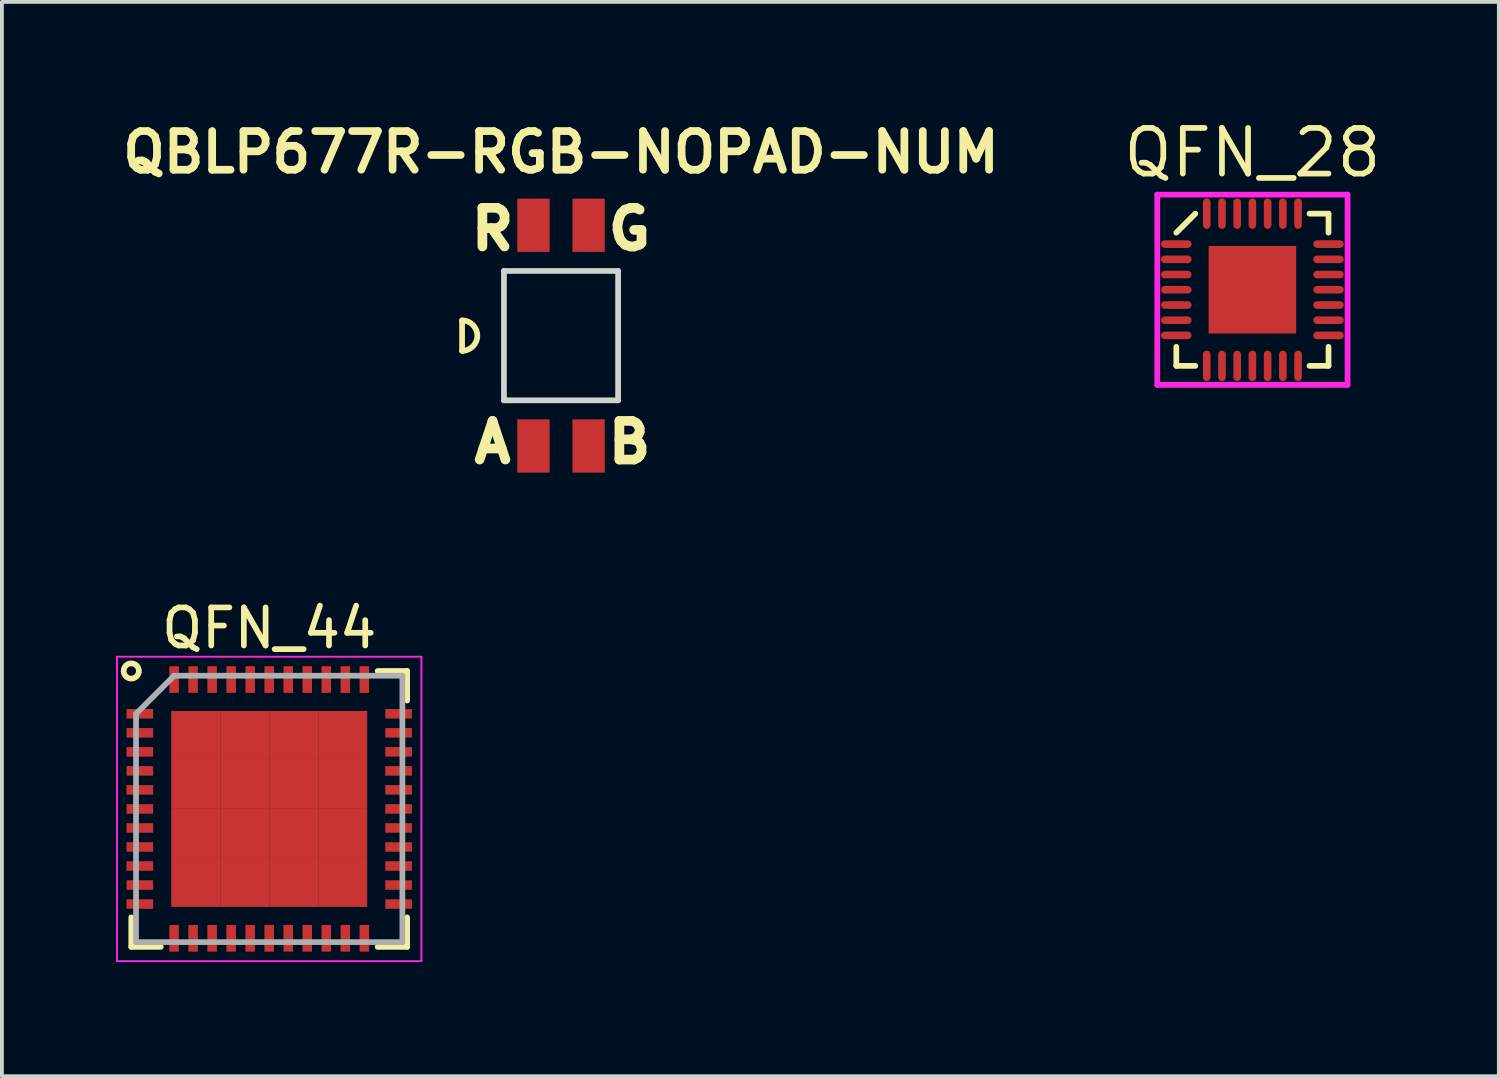
<source format=kicad_pcb>
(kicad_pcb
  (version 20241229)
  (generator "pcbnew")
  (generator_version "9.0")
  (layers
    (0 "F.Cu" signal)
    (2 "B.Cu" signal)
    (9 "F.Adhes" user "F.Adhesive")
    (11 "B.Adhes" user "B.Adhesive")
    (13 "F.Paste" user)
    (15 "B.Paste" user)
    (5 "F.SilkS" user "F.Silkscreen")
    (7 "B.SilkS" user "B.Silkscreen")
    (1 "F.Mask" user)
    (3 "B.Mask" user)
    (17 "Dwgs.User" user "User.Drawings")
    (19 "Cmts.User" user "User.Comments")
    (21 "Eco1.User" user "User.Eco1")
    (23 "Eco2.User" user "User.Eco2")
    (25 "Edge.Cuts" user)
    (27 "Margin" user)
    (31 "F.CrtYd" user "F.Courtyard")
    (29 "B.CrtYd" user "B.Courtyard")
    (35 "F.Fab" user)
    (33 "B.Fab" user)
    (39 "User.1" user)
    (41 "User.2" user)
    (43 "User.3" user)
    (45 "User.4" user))
  (footprint "QFN_28"
    (layer "F.Cu")
    (at 29.864 4.565)
    (property "Reference" "QFN_28" (at 0 -3.6 0) (layer "F.SilkS") (effects (font (size 1.2 1.2) (thickness 0.15))))
    (attr through_hole)
    (fp_line (start -2 -1.5) (end -1.5 -2) (stroke (width 0.15) (type solid)) (layer "F.SilkS"))
    (fp_line (start -2 2) (end -2 1.5) (stroke (width 0.15) (type solid)) (layer "F.SilkS"))
    (fp_line (start -1.5 2) (end -2 2) (stroke (width 0.15) (type solid)) (layer "F.SilkS"))
    (fp_line (start 1.5 -2) (end 2 -2) (stroke (width 0.15) (type solid)) (layer "F.SilkS"))
    (fp_line (start 2 -2) (end 2 -1.5) (stroke (width 0.15) (type solid)) (layer "F.SilkS"))
    (fp_line (start 2 1.5) (end 2 2) (stroke (width 0.15) (type solid)) (layer "F.SilkS"))
    (fp_line (start 2 2) (end 1.5 2) (stroke (width 0.15) (type solid)) (layer "F.SilkS"))
    (fp_line (start -2.5 -2.5) (end 2.5 -2.5) (stroke (width 0.15) (type solid)) (layer "F.CrtYd"))
    (fp_line (start -2.5 2.5) (end -2.5 -2.5) (stroke (width 0.15) (type solid)) (layer "F.CrtYd"))
    (fp_line (start 2.5 -2.5) (end 2.5 2.5) (stroke (width 0.15) (type solid)) (layer "F.CrtYd"))
    (fp_line (start 2.5 2.5) (end -2.5 2.5) (stroke (width 0.15) (type solid)) (layer "F.CrtYd"))
    (pad "" smd rect (at -2 0 90) (size 2.4 0.8) (layers "F.Mask"))
    (pad "" smd circle (at -0.7 -0.7) (size 0.6 0.6) (layers "F.Paste"))
    (pad "" smd circle (at -0.7 0) (size 0.6 0.6) (layers "F.Paste"))
    (pad "" smd circle (at -0.7 0.7) (size 0.6 0.6) (layers "F.Paste"))
    (pad "" smd rect (at 0 -2) (size 2.4 0.8) (layers "F.Mask"))
    (pad "" smd circle (at 0 -0.7) (size 0.6 0.6) (layers "F.Paste"))
    (pad "" smd circle (at 0 0) (size 0.6 0.6) (layers "F.Paste"))
    (pad "" smd circle (at 0 0.7) (size 0.6 0.6) (layers "F.Paste"))
    (pad "" smd rect (at 0 2 180) (size 2.4 0.8) (layers "F.Mask"))
    (pad "" smd circle (at 0.7 -0.7) (size 0.6 0.6) (layers "F.Paste"))
    (pad "" smd circle (at 0.7 0) (size 0.6 0.6) (layers "F.Paste"))
    (pad "" smd circle (at 0.7 0.7) (size 0.6 0.6) (layers "F.Paste"))
    (pad "" smd rect (at 2 0 90) (size 2.4 0.8) (layers "F.Mask"))
    (pad "1" smd oval (at -2 -1.2 90) (size 0.2 0.8) (layers "F.Cu" "F.Mask" "F.Paste"))
    (pad "2" smd oval (at -2 -0.8 90) (size 0.2 0.8) (layers "F.Cu" "F.Mask" "F.Paste"))
    (pad "3" smd oval (at -2 -0.4 90) (size 0.2 0.8) (layers "F.Cu" "F.Mask" "F.Paste"))
    (pad "4" smd oval (at -2 0 90) (size 0.2 0.8) (layers "F.Cu" "F.Mask" "F.Paste"))
    (pad "5" smd oval (at -2 0.4 90) (size 0.2 0.8) (layers "F.Cu" "F.Mask" "F.Paste"))
    (pad "5" smd rect (at 0 0) (size 2.3 2.3) (layers "F.Cu" "F.Mask"))
    (pad "6" smd oval (at -2 0.8 90) (size 0.2 0.8) (layers "F.Cu" "F.Mask" "F.Paste"))
    (pad "7" smd oval (at -2 1.2 90) (size 0.2 0.8) (layers "F.Cu" "F.Mask" "F.Paste"))
    (pad "8" smd oval (at -1.2 2) (size 0.2 0.8) (layers "F.Cu" "F.Mask" "F.Paste"))
    (pad "9" smd oval (at -0.8 2) (size 0.2 0.8) (layers "F.Cu" "F.Mask" "F.Paste"))
    (pad "10" smd oval (at -0.4 2) (size 0.2 0.8) (layers "F.Cu" "F.Mask" "F.Paste"))
    (pad "11" smd oval (at 0 2) (size 0.2 0.8) (layers "F.Cu" "F.Mask" "F.Paste"))
    (pad "12" smd oval (at 0.4 2) (size 0.2 0.8) (layers "F.Cu" "F.Mask" "F.Paste"))
    (pad "13" smd oval (at 0.8 2) (size 0.2 0.8) (layers "F.Cu" "F.Mask" "F.Paste"))
    (pad "14" smd oval (at 1.2 2) (size 0.2 0.8) (layers "F.Cu" "F.Mask" "F.Paste"))
    (pad "15" smd oval (at 2 1.2 90) (size 0.2 0.8) (layers "F.Cu" "F.Mask" "F.Paste"))
    (pad "16" smd oval (at 2 0.8 90) (size 0.2 0.8) (layers "F.Cu" "F.Mask" "F.Paste"))
    (pad "17" smd oval (at 2 0.4 90) (size 0.2 0.8) (layers "F.Cu" "F.Mask" "F.Paste"))
    (pad "18" smd oval (at 2 0 90) (size 0.2 0.8) (layers "F.Cu" "F.Mask" "F.Paste"))
    (pad "19" smd oval (at 2 -0.4 90) (size 0.2 0.8) (layers "F.Cu" "F.Mask" "F.Paste"))
    (pad "20" smd oval (at 2 -0.8 90) (size 0.2 0.8) (layers "F.Cu" "F.Mask" "F.Paste"))
    (pad "21" smd oval (at 2 -1.2 90) (size 0.2 0.8) (layers "F.Cu" "F.Mask" "F.Paste"))
    (pad "22" smd oval (at 1.2 -2) (size 0.2 0.8) (layers "F.Cu" "F.Mask" "F.Paste"))
    (pad "23" smd oval (at 0.8 -2) (size 0.2 0.8) (layers "F.Cu" "F.Mask" "F.Paste"))
    (pad "24" smd oval (at 0.4 -2) (size 0.2 0.8) (layers "F.Cu" "F.Mask" "F.Paste"))
    (pad "25" smd oval (at 0 -2) (size 0.2 0.8) (layers "F.Cu" "F.Mask" "F.Paste"))
    (pad "26" smd oval (at -0.4 -2) (size 0.2 0.8) (layers "F.Cu" "F.Mask" "F.Paste"))
    (pad "27" smd oval (at -0.8 -2) (size 0.2 0.8) (layers "F.Cu" "F.Mask" "F.Paste"))
    (pad "28" smd oval (at -1.2 -2) (size 0.2 0.8) (layers "F.Cu" "F.Mask" "F.Paste")))
  (footprint "QFN_44"
    (layer "F.Cu")
    (at 4.025 18.209)
    (property "Reference" "QFN_44" (at 0 -4.75 0) (layer "F.SilkS") (effects (font (size 1 1) (thickness 0.15))))
    (attr smd)
    (fp_line (start -3.625 3.625) (end -3.625 2.85) (stroke (width 0.15) (type solid)) (layer "F.SilkS"))
    (fp_line (start -3.625 3.625) (end -2.85 3.625) (stroke (width 0.15) (type solid)) (layer "F.SilkS"))
    (fp_line (start 3.625 -3.625) (end 2.85 -3.625) (stroke (width 0.15) (type solid)) (layer "F.SilkS"))
    (fp_line (start 3.625 -3.625) (end 3.625 -2.85) (stroke (width 0.15) (type solid)) (layer "F.SilkS"))
    (fp_line (start 3.625 3.625) (end 2.85 3.625) (stroke (width 0.15) (type solid)) (layer "F.SilkS"))
    (fp_line (start 3.625 3.625) (end 3.625 2.85) (stroke (width 0.15) (type solid)) (layer "F.SilkS"))
    (fp_circle (center -3.625 -3.625) (end -3.625 -3.425) (stroke (width 0.15) (type solid)) (fill no) (layer "F.SilkS"))
    (fp_line (start -4 -4) (end -4 4) (stroke (width 0.05) (type solid)) (layer "F.CrtYd"))
    (fp_line (start -4 -4) (end 4 -4) (stroke (width 0.05) (type solid)) (layer "F.CrtYd"))
    (fp_line (start -4 4) (end 4 4) (stroke (width 0.05) (type solid)) (layer "F.CrtYd"))
    (fp_line (start 4 -4) (end 4 4) (stroke (width 0.05) (type solid)) (layer "F.CrtYd"))
    (fp_line (start -3.5 -2.5) (end -2.5 -3.5) (stroke (width 0.15) (type solid)) (layer "F.Fab"))
    (fp_line (start -3.5 3.5) (end -3.5 -2.5) (stroke (width 0.15) (type solid)) (layer "F.Fab"))
    (fp_line (start -2.5 -3.5) (end 3.5 -3.5) (stroke (width 0.15) (type solid)) (layer "F.Fab"))
    (fp_line (start 3.5 -3.5) (end 3.5 3.5) (stroke (width 0.15) (type solid)) (layer "F.Fab"))
    (fp_line (start 3.5 3.5) (end -3.5 3.5) (stroke (width 0.15) (type solid)) (layer "F.Fab"))
    (pad "1" smd rect (at -3.4 -2.5) (size 0.7 0.25) (layers "F.Cu" "F.Mask" "F.Paste"))
    (pad "2" smd rect (at -3.4 -2) (size 0.7 0.25) (layers "F.Cu" "F.Mask" "F.Paste"))
    (pad "3" smd rect (at -3.4 -1.5) (size 0.7 0.25) (layers "F.Cu" "F.Mask" "F.Paste"))
    (pad "4" smd rect (at -3.4 -1) (size 0.7 0.25) (layers "F.Cu" "F.Mask" "F.Paste"))
    (pad "5" smd rect (at -3.4 -0.5) (size 0.7 0.25) (layers "F.Cu" "F.Mask" "F.Paste"))
    (pad "6" smd rect (at -3.4 0) (size 0.7 0.25) (layers "F.Cu" "F.Mask" "F.Paste"))
    (pad "7" smd rect (at -3.4 0.5) (size 0.7 0.25) (layers "F.Cu" "F.Mask" "F.Paste"))
    (pad "8" smd rect (at -3.4 1) (size 0.7 0.25) (layers "F.Cu" "F.Mask" "F.Paste"))
    (pad "9" smd rect (at -3.4 1.5) (size 0.7 0.25) (layers "F.Cu" "F.Mask" "F.Paste"))
    (pad "10" smd rect (at -3.4 2) (size 0.7 0.25) (layers "F.Cu" "F.Mask" "F.Paste"))
    (pad "11" smd rect (at -3.4 2.5) (size 0.7 0.25) (layers "F.Cu" "F.Mask" "F.Paste"))
    (pad "12" smd rect (at -2.5 3.4 90) (size 0.7 0.25) (layers "F.Cu" "F.Mask" "F.Paste"))
    (pad "13" smd rect (at -2 3.4 90) (size 0.7 0.25) (layers "F.Cu" "F.Mask" "F.Paste"))
    (pad "14" smd rect (at -1.5 3.4 90) (size 0.7 0.25) (layers "F.Cu" "F.Mask" "F.Paste"))
    (pad "15" smd rect (at -1 3.4 90) (size 0.7 0.25) (layers "F.Cu" "F.Mask" "F.Paste"))
    (pad "16" smd rect (at -0.5 3.4 90) (size 0.7 0.25) (layers "F.Cu" "F.Mask" "F.Paste"))
    (pad "17" smd rect (at 0 3.4 90) (size 0.7 0.25) (layers "F.Cu" "F.Mask" "F.Paste"))
    (pad "18" smd rect (at 0.5 3.4 90) (size 0.7 0.25) (layers "F.Cu" "F.Mask" "F.Paste"))
    (pad "19" smd rect (at 1 3.4 90) (size 0.7 0.25) (layers "F.Cu" "F.Mask" "F.Paste"))
    (pad "20" smd rect (at 1.5 3.4 90) (size 0.7 0.25) (layers "F.Cu" "F.Mask" "F.Paste"))
    (pad "21" smd rect (at 2 3.4 90) (size 0.7 0.25) (layers "F.Cu" "F.Mask" "F.Paste"))
    (pad "22" smd rect (at 2.5 3.4 90) (size 0.7 0.25) (layers "F.Cu" "F.Mask" "F.Paste"))
    (pad "23" smd rect (at 3.4 2.5) (size 0.7 0.25) (layers "F.Cu" "F.Mask" "F.Paste"))
    (pad "24" smd rect (at 3.4 2) (size 0.7 0.25) (layers "F.Cu" "F.Mask" "F.Paste"))
    (pad "25" smd rect (at 3.4 1.5) (size 0.7 0.25) (layers "F.Cu" "F.Mask" "F.Paste"))
    (pad "26" smd rect (at 3.4 1) (size 0.7 0.25) (layers "F.Cu" "F.Mask" "F.Paste"))
    (pad "27" smd rect (at 3.4 0.5) (size 0.7 0.25) (layers "F.Cu" "F.Mask" "F.Paste"))
    (pad "28" smd rect (at 3.4 0) (size 0.7 0.25) (layers "F.Cu" "F.Mask" "F.Paste"))
    (pad "29" smd rect (at 3.4 -0.5) (size 0.7 0.25) (layers "F.Cu" "F.Mask" "F.Paste"))
    (pad "30" smd rect (at 3.4 -1) (size 0.7 0.25) (layers "F.Cu" "F.Mask" "F.Paste"))
    (pad "31" smd rect (at 3.4 -1.5) (size 0.7 0.25) (layers "F.Cu" "F.Mask" "F.Paste"))
    (pad "32" smd rect (at 3.4 -2) (size 0.7 0.25) (layers "F.Cu" "F.Mask" "F.Paste"))
    (pad "33" smd rect (at 3.4 -2.5) (size 0.7 0.25) (layers "F.Cu" "F.Mask" "F.Paste"))
    (pad "34" smd rect (at 2.5 -3.4 90) (size 0.7 0.25) (layers "F.Cu" "F.Mask" "F.Paste"))
    (pad "35" smd rect (at 2 -3.4 90) (size 0.7 0.25) (layers "F.Cu" "F.Mask" "F.Paste"))
    (pad "36" smd rect (at 1.5 -3.4 90) (size 0.7 0.25) (layers "F.Cu" "F.Mask" "F.Paste"))
    (pad "37" smd rect (at 1 -3.4 90) (size 0.7 0.25) (layers "F.Cu" "F.Mask" "F.Paste"))
    (pad "38" smd rect (at 0.5 -3.4 90) (size 0.7 0.25) (layers "F.Cu" "F.Mask" "F.Paste"))
    (pad "39" smd rect (at 0 -3.4 90) (size 0.7 0.25) (layers "F.Cu" "F.Mask" "F.Paste"))
    (pad "40" smd rect (at -0.5 -3.4 90) (size 0.7 0.25) (layers "F.Cu" "F.Mask" "F.Paste"))
    (pad "41" smd rect (at -1 -3.4 90) (size 0.7 0.25) (layers "F.Cu" "F.Mask" "F.Paste"))
    (pad "42" smd rect (at -1.5 -3.4 90) (size 0.7 0.25) (layers "F.Cu" "F.Mask" "F.Paste"))
    (pad "43" smd rect (at -2 -3.4 90) (size 0.7 0.25) (layers "F.Cu" "F.Mask" "F.Paste"))
    (pad "44" smd rect (at -2.5 -3.4 90) (size 0.7 0.25) (layers "F.Cu" "F.Mask" "F.Paste"))
    (pad "45" smd rect (at -1.931 -1.931) (size 1.288 1.288) (layers "F.Cu" "F.Mask" "F.Paste"))
    (pad "45" smd rect (at -1.931 -0.644) (size 1.288 1.288) (layers "F.Cu" "F.Mask" "F.Paste"))
    (pad "45" smd rect (at -1.931 0.644) (size 1.288 1.288) (layers "F.Cu" "F.Mask" "F.Paste"))
    (pad "45" smd rect (at -1.931 1.931) (size 1.288 1.288) (layers "F.Cu" "F.Mask" "F.Paste"))
    (pad "45" smd rect (at -0.644 -1.931) (size 1.288 1.288) (layers "F.Cu" "F.Mask" "F.Paste"))
    (pad "45" smd rect (at -0.644 -0.644) (size 1.288 1.288) (layers "F.Cu" "F.Mask" "F.Paste"))
    (pad "45" smd rect (at -0.644 0.644) (size 1.288 1.288) (layers "F.Cu" "F.Mask" "F.Paste"))
    (pad "45" smd rect (at -0.644 1.931) (size 1.288 1.288) (layers "F.Cu" "F.Mask" "F.Paste"))
    (pad "45" smd rect (at 0.644 -1.931) (size 1.288 1.288) (layers "F.Cu" "F.Mask" "F.Paste"))
    (pad "45" smd rect (at 0.644 -0.644) (size 1.288 1.288) (layers "F.Cu" "F.Mask" "F.Paste"))
    (pad "45" smd rect (at 0.644 0.644) (size 1.288 1.288) (layers "F.Cu" "F.Mask" "F.Paste"))
    (pad "45" smd rect (at 0.644 1.931) (size 1.288 1.288) (layers "F.Cu" "F.Mask" "F.Paste"))
    (pad "45" smd rect (at 1.931 -1.931) (size 1.288 1.288) (layers "F.Cu" "F.Mask" "F.Paste"))
    (pad "45" smd rect (at 1.931 -0.644) (size 1.288 1.288) (layers "F.Cu" "F.Mask" "F.Paste"))
    (pad "45" smd rect (at 1.931 0.644) (size 1.288 1.288) (layers "F.Cu" "F.Mask" "F.Paste"))
    (pad "45" smd rect (at 1.931 1.931) (size 1.288 1.288) (layers "F.Cu" "F.Mask" "F.Paste")))
  (footprint "QBLP677R-RGB-NOPAD-NUM"
    (layer "F.Cu")
    (at 11.694 5.771)
    (property "Reference" "QBLP677R-RGB-NOPAD-NUM" (at 0 -4.82 0) (layer "F.SilkS") (effects (font (size 1.016 1.016) (thickness 0.203))))
    (attr through_hole)
    (fp_line (start -2.6 -0.4) (end -2.6 0.4) (stroke (width 0.15) (type solid)) (layer "F.SilkS"))
    (fp_arc (start -2.6 -0.4) (mid -2.2 0) (end -2.6 0.4) (stroke (width 0.15) (type solid)) (layer "F.SilkS"))
    (fp_line (start -1.5 1.7) (end -1.5 -1.7) (stroke (width 0.15) (type solid)) (layer "Edge.Cuts"))
    (fp_line (start 1.5 -1.7) (end -1.5 -1.7) (stroke (width 0.15) (type solid)) (layer "Edge.Cuts"))
    (fp_line (start 1.5 1.7) (end -1.5 1.7) (stroke (width 0.15) (type solid)) (layer "Edge.Cuts"))
    (fp_line (start 1.5 1.7) (end 1.5 -1.7) (stroke (width 0.15) (type solid)) (layer "Edge.Cuts"))
    (fp_text user "B" (at 1.8 2.8 0) (layer "F.SilkS") (effects (font (size 1.016 1.016) (thickness 0.254))))
    (fp_text user "R" (at -1.8 -2.8 0) (layer "F.SilkS") (effects (font (size 1.016 1.016) (thickness 0.254))))
    (fp_text user "A" (at -1.8 2.8 0) (layer "F.SilkS") (effects (font (size 1.016 1.016) (thickness 0.254))))
    (fp_text user "G" (at 1.8 -2.8 0) (layer "F.SilkS") (effects (font (size 1.016 1.016) (thickness 0.254))))
    (pad "1" smd rect (at -0.725 2.9 90) (size 1.4 0.85) (layers "F.Cu" "F.Mask" "F.Paste"))
    (pad "2" smd rect (at -0.725 -2.9 90) (size 1.4 0.85) (layers "F.Cu" "F.Mask" "F.Paste"))
    (pad "3" smd rect (at 0.725 -2.9 90) (size 1.4 0.85) (layers "F.Cu" "F.Mask" "F.Paste"))
    (pad "4" smd rect (at 0.725 2.9 90) (size 1.4 0.85) (layers "F.Cu" "F.Mask" "F.Paste")))
  (gr_rect
    (start -3 -3)
    (end 36.34 25.234)
    (stroke (width 0.1) (type default))
    (fill no)
    (layer "Edge.Cuts")))
</source>
